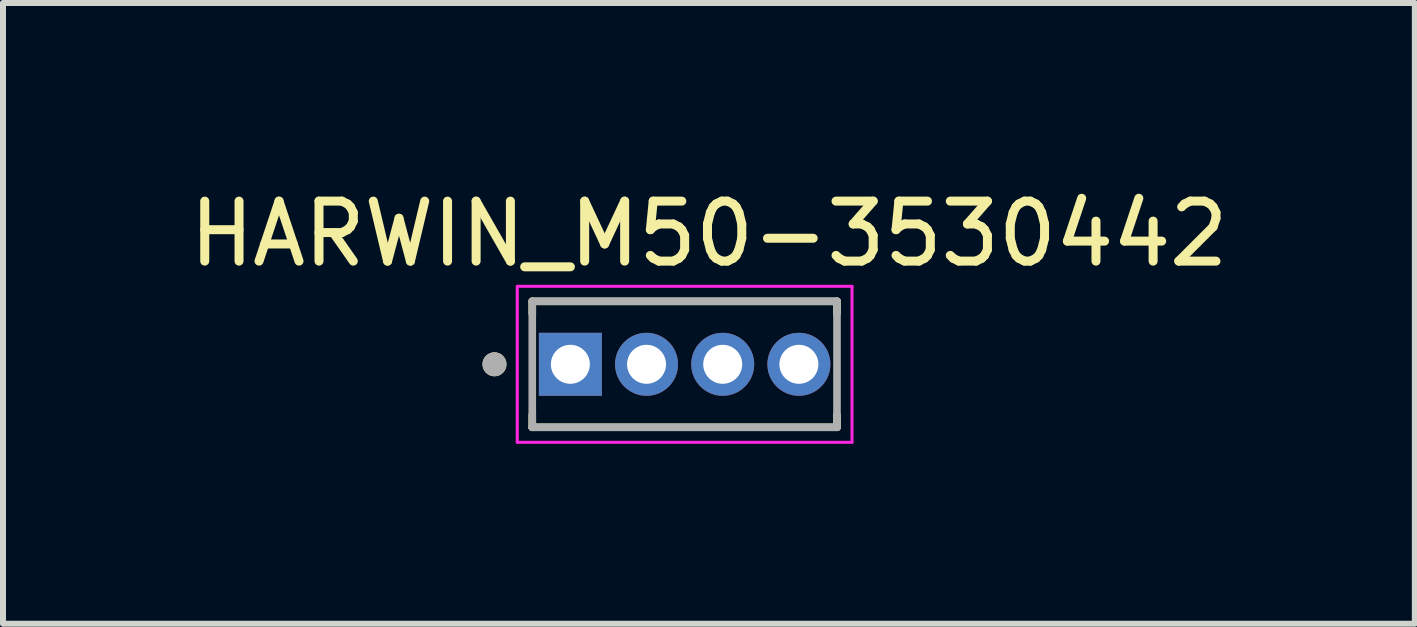
<source format=kicad_pcb>
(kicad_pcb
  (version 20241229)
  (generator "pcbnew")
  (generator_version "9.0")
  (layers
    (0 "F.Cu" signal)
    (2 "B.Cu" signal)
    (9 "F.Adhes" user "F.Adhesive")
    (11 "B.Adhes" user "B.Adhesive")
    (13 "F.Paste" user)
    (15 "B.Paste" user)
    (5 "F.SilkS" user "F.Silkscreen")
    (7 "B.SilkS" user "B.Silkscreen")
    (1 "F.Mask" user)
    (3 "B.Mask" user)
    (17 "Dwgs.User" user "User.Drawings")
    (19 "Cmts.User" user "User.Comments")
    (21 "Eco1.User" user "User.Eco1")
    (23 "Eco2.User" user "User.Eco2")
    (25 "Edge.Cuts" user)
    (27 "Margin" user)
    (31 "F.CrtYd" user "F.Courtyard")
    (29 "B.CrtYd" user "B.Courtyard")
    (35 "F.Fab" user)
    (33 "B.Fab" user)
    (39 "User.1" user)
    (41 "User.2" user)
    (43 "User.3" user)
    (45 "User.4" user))
  (footprint "HARWIN_M50-3530442"
    (layer "F.Cu")
    (at 8.363 3.023)
    (property "Reference" "HARWIN_M50-3530442" (at 0.405 -2.175 0) (layer "F.SilkS") (effects (font (size 1 1) (thickness 0.15))))
    (attr through_hole)
    (fp_line (start -2.54 -1.05) (end -2.54 -0.845) (stroke (width 0.127) (type solid)) (layer "F.SilkS"))
    (fp_line (start -2.54 1.05) (end -2.54 0.845) (stroke (width 0.127) (type solid)) (layer "F.SilkS"))
    (fp_line (start -2.54 1.05) (end 2.54 1.05) (stroke (width 0.127) (type solid)) (layer "F.SilkS"))
    (fp_line (start 2.54 -1.05) (end -2.54 -1.05) (stroke (width 0.127) (type solid)) (layer "F.SilkS"))
    (fp_line (start 2.54 -0.845) (end 2.54 -1.05) (stroke (width 0.127) (type solid)) (layer "F.SilkS"))
    (fp_line (start 2.54 1.05) (end 2.54 0.845) (stroke (width 0.127) (type solid)) (layer "F.SilkS"))
    (fp_circle (center -3.17 0) (end -3.07 0) (stroke (width 0.2) (type solid)) (fill no) (layer "F.SilkS"))
    (fp_line (start -2.79 -1.3) (end -2.79 1.3) (stroke (width 0.05) (type solid)) (layer "F.CrtYd"))
    (fp_line (start -2.79 1.3) (end 2.79 1.3) (stroke (width 0.05) (type solid)) (layer "F.CrtYd"))
    (fp_line (start 2.79 -1.3) (end -2.79 -1.3) (stroke (width 0.05) (type solid)) (layer "F.CrtYd"))
    (fp_line (start 2.79 1.3) (end 2.79 -1.3) (stroke (width 0.05) (type solid)) (layer "F.CrtYd"))
    (fp_line (start -2.54 -1.05) (end -2.54 1.05) (stroke (width 0.127) (type solid)) (layer "F.Fab"))
    (fp_line (start -2.54 1.05) (end 2.54 1.05) (stroke (width 0.127) (type solid)) (layer "F.Fab"))
    (fp_line (start 2.54 -1.05) (end -2.54 -1.05) (stroke (width 0.127) (type solid)) (layer "F.Fab"))
    (fp_line (start 2.54 1.05) (end 2.54 -1.05) (stroke (width 0.127) (type solid)) (layer "F.Fab"))
    (fp_circle (center -3.17 0) (end -3.07 0) (stroke (width 0.2) (type solid)) (fill no) (layer "F.Fab"))
    (pad "1" thru_hole rect (at -1.905 0) (size 1.05 1.05) (drill 0.65) (layers "*.Cu" "*.Mask"))
    (pad "2" thru_hole circle (at -0.635 0) (size 1.05 1.05) (drill 0.65) (layers "*.Cu" "*.Mask"))
    (pad "3" thru_hole circle (at 0.635 0) (size 1.05 1.05) (drill 0.65) (layers "*.Cu" "*.Mask"))
    (pad "4" thru_hole circle (at 1.905 0) (size 1.05 1.05) (drill 0.65) (layers "*.Cu" "*.Mask")))
  (gr_rect
    (start -3 -3)
    (end 20.536 7.348)
    (stroke (width 0.1) (type default))
    (fill no)
    (layer "Edge.Cuts")))
</source>
